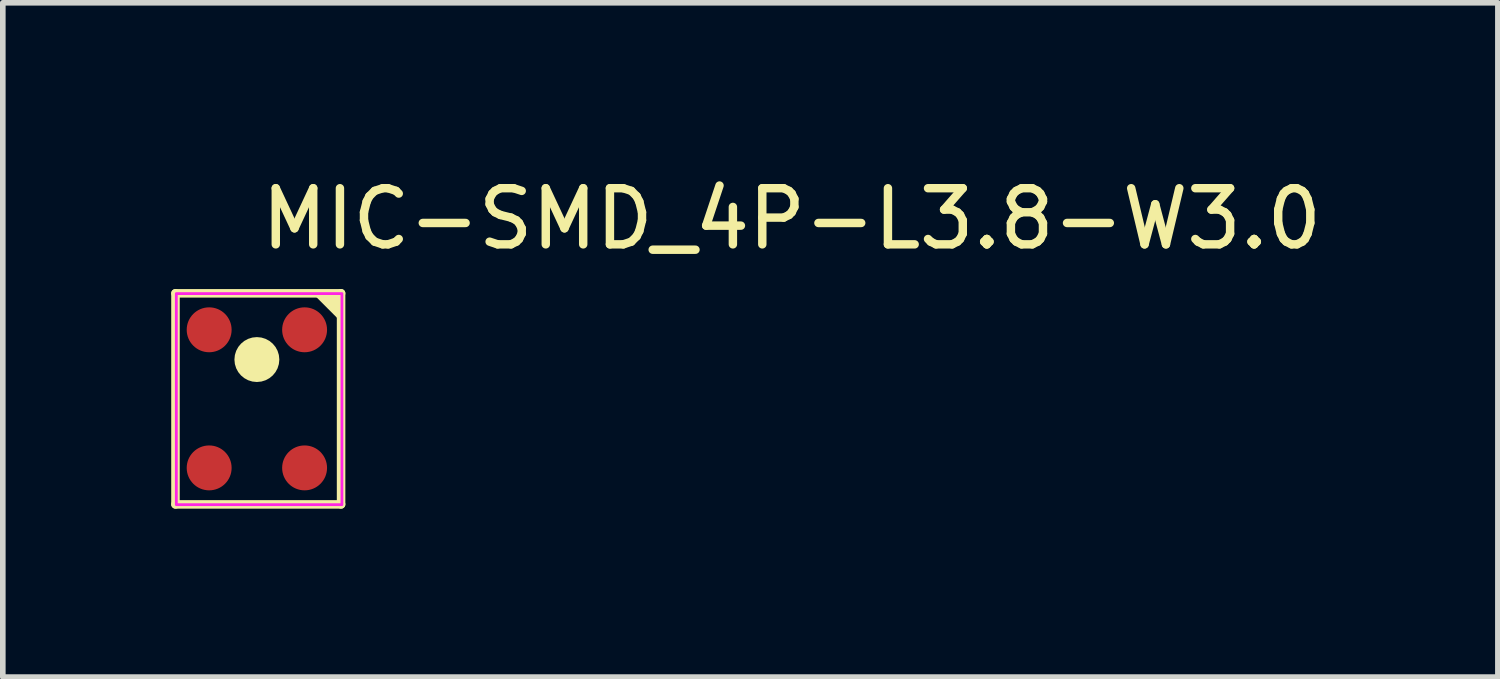
<source format=kicad_pcb>
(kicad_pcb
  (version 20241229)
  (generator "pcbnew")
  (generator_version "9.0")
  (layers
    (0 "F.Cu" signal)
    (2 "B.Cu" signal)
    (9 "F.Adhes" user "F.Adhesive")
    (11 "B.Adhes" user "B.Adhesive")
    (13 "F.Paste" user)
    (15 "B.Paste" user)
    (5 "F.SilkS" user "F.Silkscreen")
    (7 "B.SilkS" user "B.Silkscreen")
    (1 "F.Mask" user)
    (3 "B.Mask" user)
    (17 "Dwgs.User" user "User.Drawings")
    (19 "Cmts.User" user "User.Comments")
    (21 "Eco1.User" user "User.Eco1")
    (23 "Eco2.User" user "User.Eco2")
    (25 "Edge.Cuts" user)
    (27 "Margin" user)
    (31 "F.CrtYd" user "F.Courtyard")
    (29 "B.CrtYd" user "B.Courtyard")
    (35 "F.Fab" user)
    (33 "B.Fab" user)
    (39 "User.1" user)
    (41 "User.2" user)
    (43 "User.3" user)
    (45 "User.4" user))
  (footprint "MIC-SMD_4P-L3.8-W3.0"
    (layer "F.Cu")
    (at 1.526 4.055)
    (property "Reference" "MIC-SMD_4P-L3.8-W3.0" (at 0 -3.207 0) (layer "F.SilkS") (effects (font (size 1 1) (thickness 0.15)) (justify left)))
    (attr smd)
    (fp_line (start -1.45 -1.88) (end -1.45 1.88) (stroke (width 0.152) (type solid)) (layer "F.SilkS"))
    (fp_line (start -1.45 1.88) (end 1.5 1.88) (stroke (width 0.152) (type solid)) (layer "F.SilkS"))
    (fp_line (start 1.5 -1.88) (end -1.45 -1.88) (stroke (width 0.152) (type solid)) (layer "F.SilkS"))
    (fp_line (start 1.5 1.88) (end 1.5 -1.88) (stroke (width 0.152) (type solid)) (layer "F.SilkS"))
    (fp_circle (center 0 -0.7) (end 0.2 -0.7) (stroke (width 0.4) (type solid)) (fill no) (layer "F.SilkS"))
    (fp_poly (pts (xy 1.5 -1.88) (xy 1.076 -1.88) (xy 1.5 -1.456) (xy 1.5 -1.88)) (stroke (width 0.12) (type solid)) (fill yes) (layer "F.SilkS"))
    (fp_rect (start -1.435 -1.875) (end 1.515 1.885) (stroke (width 0.05) (type default)) (fill no) (layer "F.CrtYd"))
    (pad "1" smd circle (at 0.85 -1.23) (size 0.8 0.8) (layers "F.Cu" "F.Mask" "F.Paste"))
    (pad "2" smd circle (at -0.85 -1.23) (size 0.8 0.8) (layers "F.Cu" "F.Mask" "F.Paste"))
    (pad "3" smd circle (at 0.85 1.23) (size 0.8 0.8) (layers "F.Cu" "F.Mask" "F.Paste"))
    (pad "4" smd circle (at -0.85 1.23) (size 0.8 0.8) (layers "F.Cu" "F.Mask" "F.Paste")))
  (gr_rect
    (start -3 -3)
    (end 23.633 9.011)
    (stroke (width 0.1) (type default))
    (fill no)
    (layer "Edge.Cuts")))
</source>
